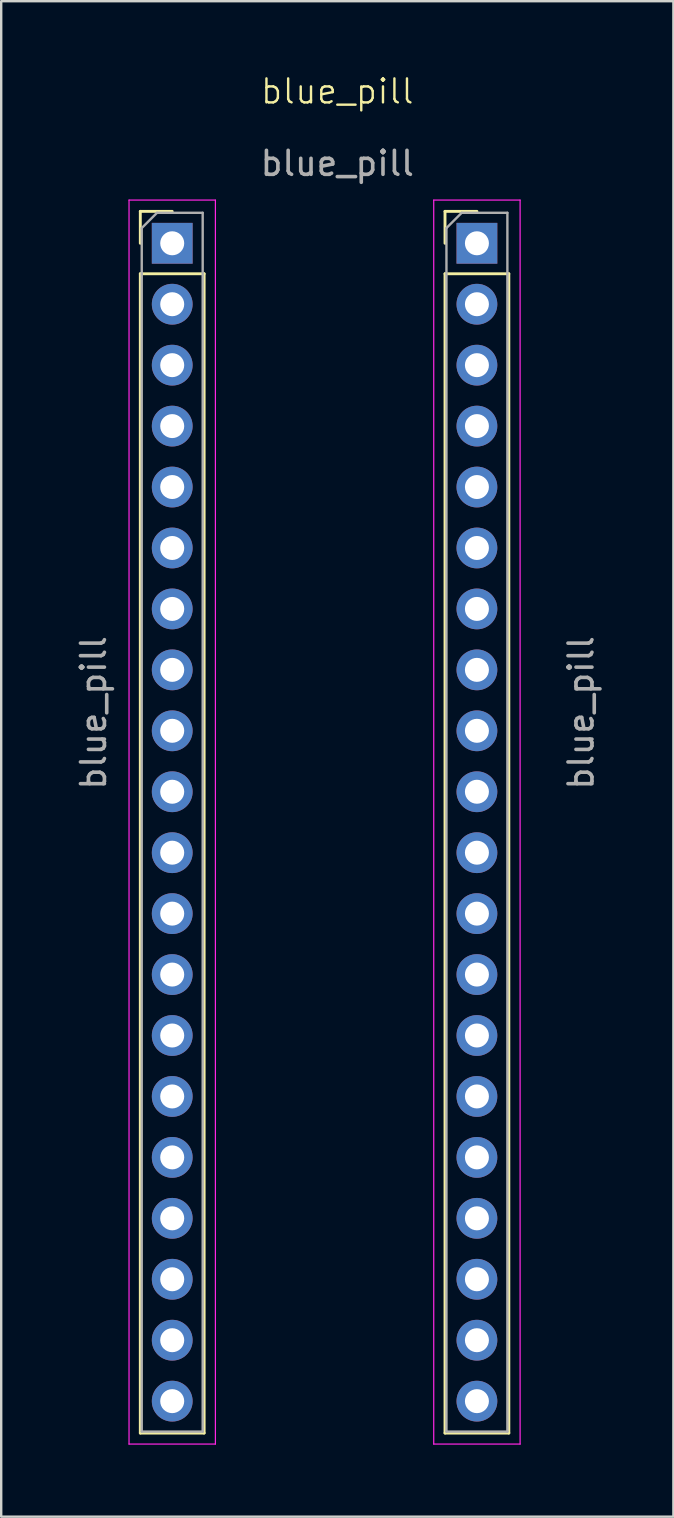
<source format=kicad_pcb>
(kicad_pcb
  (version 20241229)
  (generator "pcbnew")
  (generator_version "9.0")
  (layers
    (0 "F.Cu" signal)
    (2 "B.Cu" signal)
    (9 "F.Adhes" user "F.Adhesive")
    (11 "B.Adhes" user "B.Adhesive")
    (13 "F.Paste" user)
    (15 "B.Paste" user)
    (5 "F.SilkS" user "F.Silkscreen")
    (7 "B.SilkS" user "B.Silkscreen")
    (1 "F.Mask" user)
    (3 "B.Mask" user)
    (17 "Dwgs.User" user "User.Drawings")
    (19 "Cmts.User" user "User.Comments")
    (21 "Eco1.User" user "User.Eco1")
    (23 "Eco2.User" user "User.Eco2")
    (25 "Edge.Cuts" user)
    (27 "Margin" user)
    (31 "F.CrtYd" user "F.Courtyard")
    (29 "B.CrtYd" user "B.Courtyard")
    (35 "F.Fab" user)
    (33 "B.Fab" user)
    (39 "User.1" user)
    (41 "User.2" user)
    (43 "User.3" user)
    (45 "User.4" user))
  (footprint "blue_pill"
    (layer "F.Cu")
    (at 11.008 1.26)
    (property "Reference" "blue_pill" (at 0 -0.5 0) (unlocked yes) (layer "F.SilkS") (effects (font (size 1 1) (thickness 0.1))))
    (attr through_hole)
    (fp_line (start -8.21 4.5) (end -6.88 4.5) (stroke (width 0.12) (type solid)) (layer "F.SilkS"))
    (fp_line (start -8.21 5.83) (end -8.21 4.5) (stroke (width 0.12) (type solid)) (layer "F.SilkS"))
    (fp_line (start -8.21 7.1) (end -8.21 55.42) (stroke (width 0.12) (type solid)) (layer "F.SilkS"))
    (fp_line (start -8.21 7.1) (end -5.55 7.1) (stroke (width 0.12) (type solid)) (layer "F.SilkS"))
    (fp_line (start -8.21 55.42) (end -5.55 55.42) (stroke (width 0.12) (type solid)) (layer "F.SilkS"))
    (fp_line (start -5.55 7.1) (end -5.55 55.42) (stroke (width 0.12) (type solid)) (layer "F.SilkS"))
    (fp_line (start 4.49 4.5) (end 5.82 4.5) (stroke (width 0.12) (type solid)) (layer "F.SilkS"))
    (fp_line (start 4.49 5.83) (end 4.49 4.5) (stroke (width 0.12) (type solid)) (layer "F.SilkS"))
    (fp_line (start 4.49 7.1) (end 4.49 55.42) (stroke (width 0.12) (type solid)) (layer "F.SilkS"))
    (fp_line (start 4.49 7.1) (end 7.15 7.1) (stroke (width 0.12) (type solid)) (layer "F.SilkS"))
    (fp_line (start 4.49 55.42) (end 7.15 55.42) (stroke (width 0.12) (type solid)) (layer "F.SilkS"))
    (fp_line (start 7.15 7.1) (end 7.15 55.42) (stroke (width 0.12) (type solid)) (layer "F.SilkS"))
    (fp_line (start -8.68 4.03) (end -8.68 55.88) (stroke (width 0.05) (type solid)) (layer "F.CrtYd"))
    (fp_line (start -8.68 55.88) (end -5.08 55.88) (stroke (width 0.05) (type solid)) (layer "F.CrtYd"))
    (fp_line (start -5.08 4.03) (end -8.68 4.03) (stroke (width 0.05) (type solid)) (layer "F.CrtYd"))
    (fp_line (start -5.08 55.88) (end -5.08 4.03) (stroke (width 0.05) (type solid)) (layer "F.CrtYd"))
    (fp_line (start 4.02 4.03) (end 4.02 55.88) (stroke (width 0.05) (type solid)) (layer "F.CrtYd"))
    (fp_line (start 4.02 55.88) (end 7.62 55.88) (stroke (width 0.05) (type solid)) (layer "F.CrtYd"))
    (fp_line (start 7.62 4.03) (end 4.02 4.03) (stroke (width 0.05) (type solid)) (layer "F.CrtYd"))
    (fp_line (start 7.62 55.88) (end 7.62 4.03) (stroke (width 0.05) (type solid)) (layer "F.CrtYd"))
    (fp_line (start -8.15 5.195) (end -7.515 4.56) (stroke (width 0.1) (type solid)) (layer "F.Fab"))
    (fp_line (start -8.15 55.36) (end -8.15 5.195) (stroke (width 0.1) (type solid)) (layer "F.Fab"))
    (fp_line (start -7.515 4.56) (end -5.61 4.56) (stroke (width 0.1) (type solid)) (layer "F.Fab"))
    (fp_line (start -5.61 4.56) (end -5.61 55.36) (stroke (width 0.1) (type solid)) (layer "F.Fab"))
    (fp_line (start -5.61 55.36) (end -8.15 55.36) (stroke (width 0.1) (type solid)) (layer "F.Fab"))
    (fp_line (start 4.55 5.195) (end 5.185 4.56) (stroke (width 0.1) (type solid)) (layer "F.Fab"))
    (fp_line (start 4.55 55.36) (end 4.55 5.195) (stroke (width 0.1) (type solid)) (layer "F.Fab"))
    (fp_line (start 5.185 4.56) (end 7.09 4.56) (stroke (width 0.1) (type solid)) (layer "F.Fab"))
    (fp_line (start 7.09 4.56) (end 7.09 55.36) (stroke (width 0.1) (type solid)) (layer "F.Fab"))
    (fp_line (start 7.09 55.36) (end 4.55 55.36) (stroke (width 0.1) (type solid)) (layer "F.Fab"))
    (fp_text user "${REFERENCE}" (at 0 2.5 0) (unlocked yes) (layer "F.Fab") (effects (font (size 1 1) (thickness 0.15))))
    (fp_text user "${REFERENCE}" (at -10.16 25.4 90) (layer "F.Fab") (effects (font (size 1 1) (thickness 0.15))))
    (fp_text user "${REFERENCE}" (at 10.16 25.4 90) (layer "F.Fab") (effects (font (size 1 1) (thickness 0.15))))
    (pad "1" thru_hole rect (at -6.88 5.83) (size 1.7 1.7) (drill 1) (layers "*.Cu" "*.Mask"))
    (pad "2" thru_hole oval (at -6.88 8.37) (size 1.7 1.7) (drill 1) (layers "*.Cu" "*.Mask"))
    (pad "3" thru_hole oval (at -6.88 10.91) (size 1.7 1.7) (drill 1) (layers "*.Cu" "*.Mask"))
    (pad "4" thru_hole oval (at -6.88 13.45) (size 1.7 1.7) (drill 1) (layers "*.Cu" "*.Mask"))
    (pad "7" thru_hole oval (at -6.88 46.47) (size 1.7 1.7) (drill 1) (layers "*.Cu" "*.Mask"))
    (pad "10" thru_hole oval (at -6.88 15.99) (size 1.7 1.7) (drill 1) (layers "*.Cu" "*.Mask"))
    (pad "11" thru_hole oval (at -6.88 18.53) (size 1.7 1.7) (drill 1) (layers "*.Cu" "*.Mask"))
    (pad "12" thru_hole oval (at -6.88 21.07) (size 1.7 1.7) (drill 1) (layers "*.Cu" "*.Mask"))
    (pad "13" thru_hole oval (at -6.88 23.61) (size 1.7 1.7) (drill 1) (layers "*.Cu" "*.Mask"))
    (pad "14" thru_hole oval (at -6.88 26.15) (size 1.7 1.7) (drill 1) (layers "*.Cu" "*.Mask"))
    (pad "15" thru_hole oval (at -6.88 28.69) (size 1.7 1.7) (drill 1) (layers "*.Cu" "*.Mask"))
    (pad "16" thru_hole oval (at -6.88 31.23) (size 1.7 1.7) (drill 1) (layers "*.Cu" "*.Mask"))
    (pad "17" thru_hole oval (at -6.88 33.77) (size 1.7 1.7) (drill 1) (layers "*.Cu" "*.Mask"))
    (pad "18" thru_hole oval (at -6.88 36.31) (size 1.7 1.7) (drill 1) (layers "*.Cu" "*.Mask"))
    (pad "19" thru_hole oval (at -6.88 38.85) (size 1.7 1.7) (drill 1) (layers "*.Cu" "*.Mask"))
    (pad "21" thru_hole oval (at -6.88 41.39) (size 1.7 1.7) (drill 1) (layers "*.Cu" "*.Mask"))
    (pad "22" thru_hole oval (at -6.88 43.93) (size 1.7 1.7) (drill 1) (layers "*.Cu" "*.Mask"))
    (pad "23" thru_hole oval (at -6.88 51.55) (size 1.7 1.7) (drill 1) (layers "*.Cu" "*.Mask"))
    (pad "23" thru_hole oval (at -6.88 54.09) (size 1.7 1.7) (drill 1) (layers "*.Cu" "*.Mask"))
    (pad "23" thru_hole oval (at 5.82 8.37) (size 1.7 1.7) (drill 1) (layers "*.Cu" "*.Mask"))
    (pad "24" thru_hole oval (at -6.88 49.01) (size 1.7 1.7) (drill 1) (layers "*.Cu" "*.Mask"))
    (pad "24" thru_hole rect (at 5.82 5.83) (size 1.7 1.7) (drill 1) (layers "*.Cu" "*.Mask"))
    (pad "25" thru_hole oval (at 5.82 54.09) (size 1.7 1.7) (drill 1) (layers "*.Cu" "*.Mask"))
    (pad "26" thru_hole oval (at 5.82 51.55) (size 1.7 1.7) (drill 1) (layers "*.Cu" "*.Mask"))
    (pad "27" thru_hole oval (at 5.82 49.01) (size 1.7 1.7) (drill 1) (layers "*.Cu" "*.Mask"))
    (pad "28" thru_hole oval (at 5.82 46.47) (size 1.7 1.7) (drill 1) (layers "*.Cu" "*.Mask"))
    (pad "29" thru_hole oval (at 5.82 43.93) (size 1.7 1.7) (drill 1) (layers "*.Cu" "*.Mask"))
    (pad "30" thru_hole oval (at 5.82 41.39) (size 1.7 1.7) (drill 1) (layers "*.Cu" "*.Mask"))
    (pad "31" thru_hole oval (at 5.82 38.85) (size 1.7 1.7) (drill 1) (layers "*.Cu" "*.Mask"))
    (pad "32" thru_hole oval (at 5.82 36.31) (size 1.7 1.7) (drill 1) (layers "*.Cu" "*.Mask"))
    (pad "33" thru_hole oval (at 5.82 33.77) (size 1.7 1.7) (drill 1) (layers "*.Cu" "*.Mask"))
    (pad "38" thru_hole oval (at 5.82 31.23) (size 1.7 1.7) (drill 1) (layers "*.Cu" "*.Mask"))
    (pad "39" thru_hole oval (at 5.82 28.69) (size 1.7 1.7) (drill 1) (layers "*.Cu" "*.Mask"))
    (pad "40" thru_hole oval (at 5.82 26.15) (size 1.7 1.7) (drill 1) (layers "*.Cu" "*.Mask"))
    (pad "41" thru_hole oval (at 5.82 23.61) (size 1.7 1.7) (drill 1) (layers "*.Cu" "*.Mask"))
    (pad "42" thru_hole oval (at 5.82 21.07) (size 1.7 1.7) (drill 1) (layers "*.Cu" "*.Mask"))
    (pad "43" thru_hole oval (at 5.82 18.53) (size 1.7 1.7) (drill 1) (layers "*.Cu" "*.Mask"))
    (pad "45" thru_hole oval (at 5.82 15.99) (size 1.7 1.7) (drill 1) (layers "*.Cu" "*.Mask"))
    (pad "46" thru_hole oval (at 5.82 13.45) (size 1.7 1.7) (drill 1) (layers "*.Cu" "*.Mask"))
    (pad "49" thru_hole oval (at 5.82 10.91) (size 1.7 1.7) (drill 1) (layers "*.Cu" "*.Mask")))
  (gr_rect
    (start -3 -3)
    (end 25.017 60.166)
    (stroke (width 0.1) (type default))
    (fill no)
    (layer "Edge.Cuts")))
</source>
